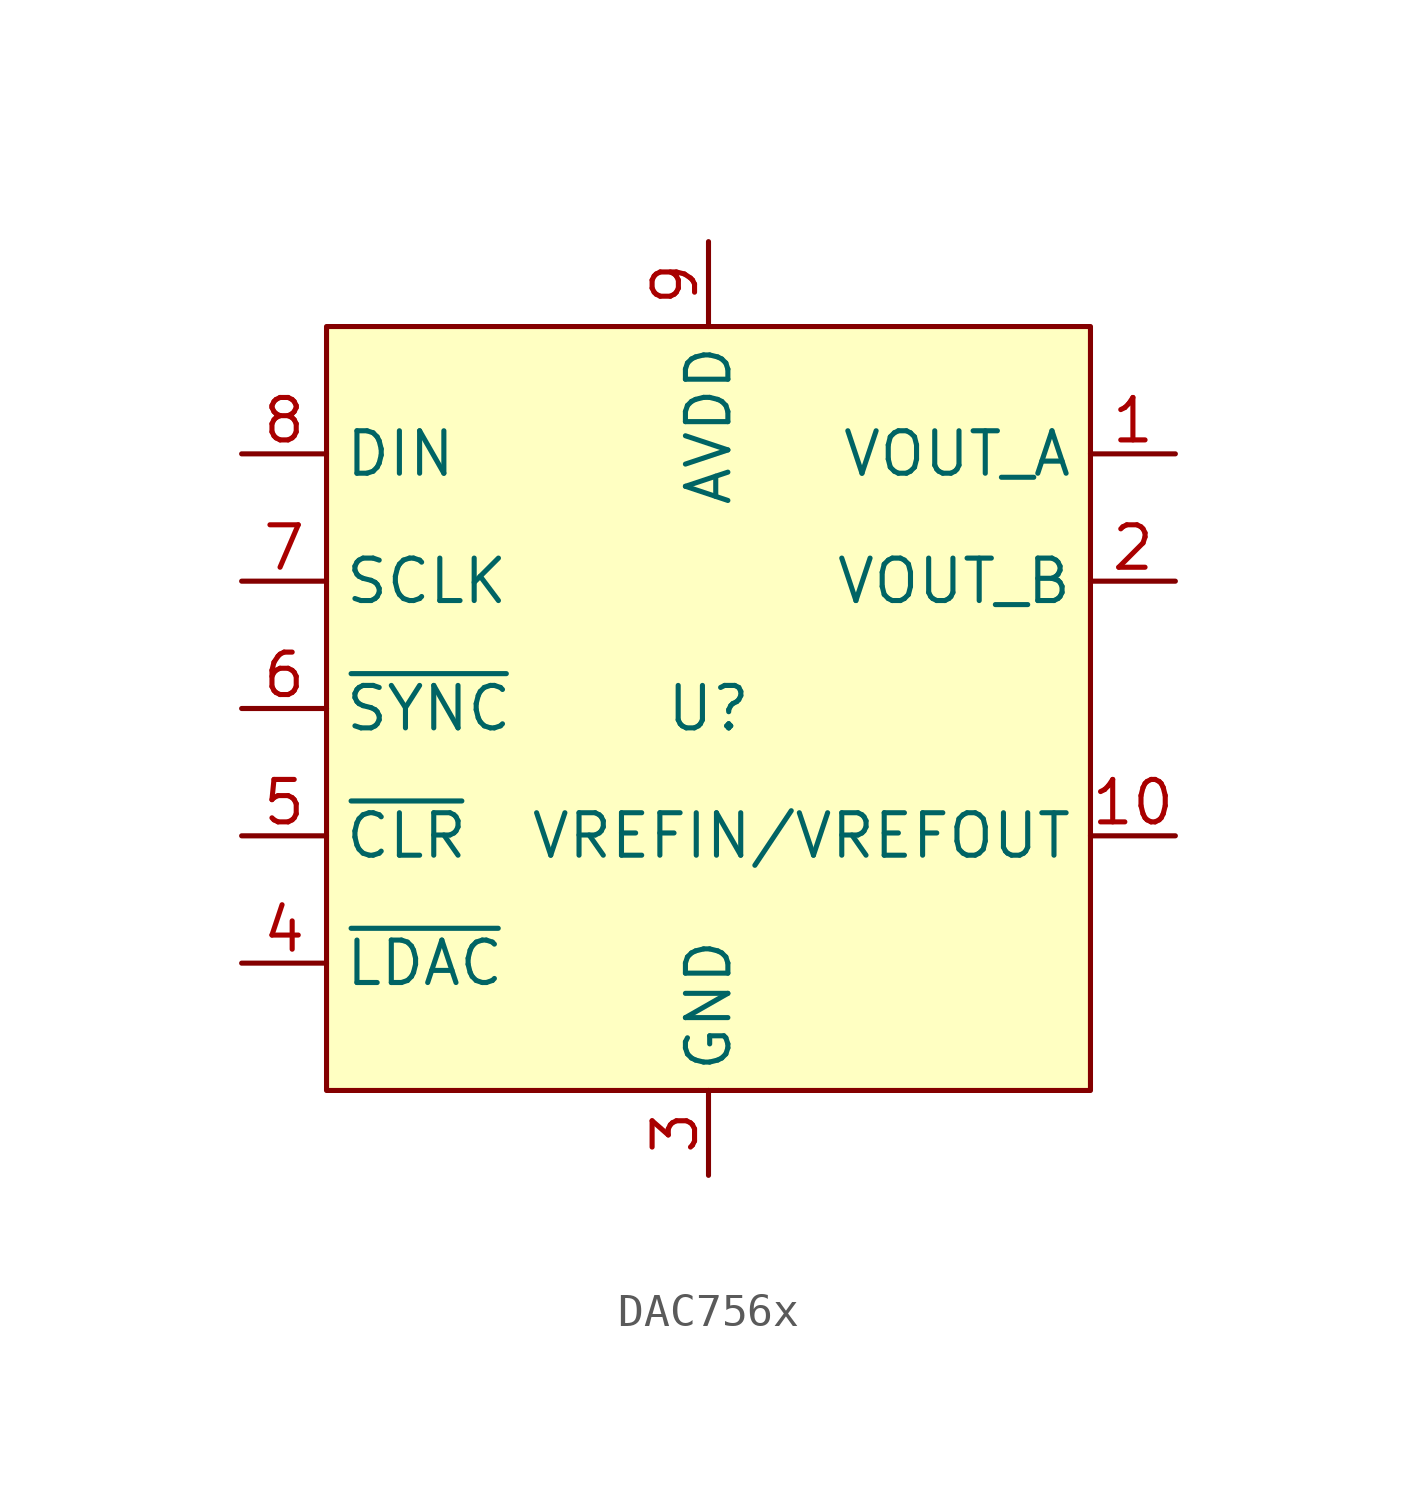
<source format=kicad_sym>
(kicad_symbol_lib
  (version 20231120)
  (generator "kicad_symbol_editor")
  (generator_version "8.0")
  (symbol "DAC756x"
    (property "Reference" "U"
      (at 0 0 0)
      (effects (font (size 1.27 1.27))))
    (property "Value" ""
      (at 0 0 0)
      (effects (font (size 1.27 1.27))))
    (symbol "DAC756x_0_0"
      (pin power_out line (at 13.97 7.62 180) (length 2.54) (name "VOUT_A" (effects (font (size 1.27 1.27)))) (number "1" (effects (font (size 1.27 1.27)))))
      (pin power_out line (at 13.97 3.81 180) (length 2.54) (name "VOUT_B" (effects (font (size 1.27 1.27)))) (number "2" (effects (font (size 1.27 1.27)))))
      (pin power_in line (at 0 -13.97 90) (length 2.54) (name "GND" (effects (font (size 1.27 1.27)))) (number "3" (effects (font (size 1.27 1.27)))))
      (pin input line (at -13.97 3.81 0) (length 2.54) (name "SCLK" (effects (font (size 1.27 1.27)))) (number "7" (effects (font (size 1.27 1.27)))))
      (pin input line (at -13.97 7.62 0) (length 2.54) (name "DIN" (effects (font (size 1.27 1.27)))) (number "8" (effects (font (size 1.27 1.27)))))
      (pin power_in line (at 0 13.97 270) (length 2.54) (name "AVDD" (effects (font (size 1.27 1.27)))) (number "9" (effects (font (size 1.27 1.27))))))
    (symbol "DAC756x_1_0"
      (pin bidirectional line (at 13.97 -3.81 180) (length 2.54) (name "VREFIN/VREFOUT" (effects (font (size 1.27 1.27)))) (number "10" (effects (font (size 1.27 1.27)))))
      (pin input line (at -13.97 -7.62 0) (length 2.54) (name "~{LDAC}" (effects (font (size 1.27 1.27)))) (number "4" (effects (font (size 1.27 1.27)))))
      (pin input line (at -13.97 -3.81 0) (length 2.54) (name "~{CLR}" (effects (font (size 1.27 1.27)))) (number "5" (effects (font (size 1.27 1.27)))))
      (pin input line (at -13.97 0 0) (length 2.54) (name "~{SYNC}" (effects (font (size 1.27 1.27)))) (number "6" (effects (font (size 1.27 1.27))))))
    (symbol "DAC756x_1_1"
      (rectangle (start -11.43 11.43) (end 11.43 -11.43) (stroke (width 0) (type default)) (fill (type background))))))
</source>
